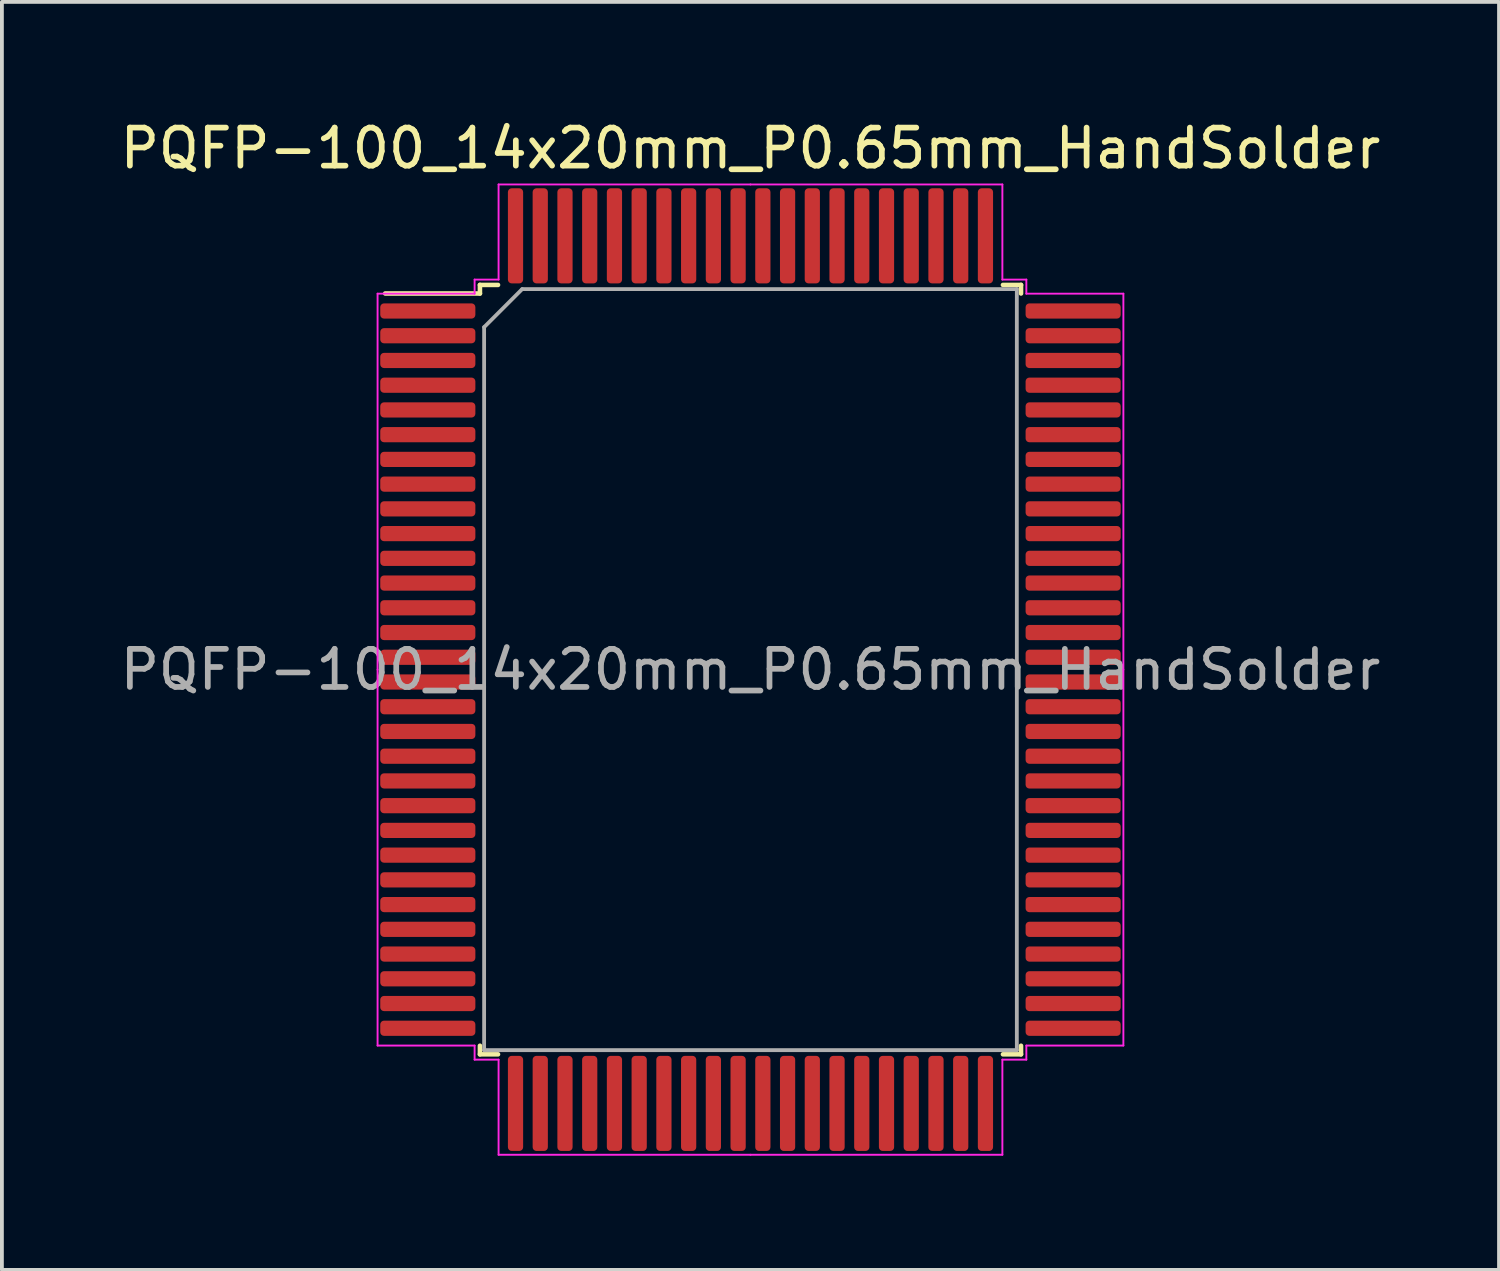
<source format=kicad_pcb>
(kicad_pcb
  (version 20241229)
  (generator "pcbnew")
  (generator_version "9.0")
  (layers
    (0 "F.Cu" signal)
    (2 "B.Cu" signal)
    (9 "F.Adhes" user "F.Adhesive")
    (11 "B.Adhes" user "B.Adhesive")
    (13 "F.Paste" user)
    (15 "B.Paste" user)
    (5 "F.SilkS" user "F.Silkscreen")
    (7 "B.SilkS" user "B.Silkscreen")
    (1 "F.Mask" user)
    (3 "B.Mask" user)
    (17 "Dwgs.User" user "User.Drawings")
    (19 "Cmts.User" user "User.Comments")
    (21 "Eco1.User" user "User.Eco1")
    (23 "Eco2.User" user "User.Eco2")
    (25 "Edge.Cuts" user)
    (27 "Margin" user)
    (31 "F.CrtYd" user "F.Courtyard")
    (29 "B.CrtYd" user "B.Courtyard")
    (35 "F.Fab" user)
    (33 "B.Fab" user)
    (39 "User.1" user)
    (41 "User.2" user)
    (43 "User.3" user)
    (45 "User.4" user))
  (footprint "PQFP-100_14x20mm_P0.65mm_HandSolder"
    (layer "F.Cu")
    (at 16.673 14.548)
    (property "Reference" "PQFP-100_14x20mm_P0.65mm_HandSolder" (at 0 -13.7 0) (layer "F.SilkS") (effects (font (size 1 1) (thickness 0.15))))
    (attr smd)
    (fp_line (start -7.11 -10.11) (end -7.11 -9.885) (stroke (width 0.12) (type solid)) (layer "F.SilkS"))
    (fp_line (start -7.11 -9.885) (end -9.6 -9.885) (stroke (width 0.12) (type solid)) (layer "F.SilkS"))
    (fp_line (start -7.11 10.11) (end -7.11 9.885) (stroke (width 0.12) (type solid)) (layer "F.SilkS"))
    (fp_line (start -6.635 -10.11) (end -7.11 -10.11) (stroke (width 0.12) (type solid)) (layer "F.SilkS"))
    (fp_line (start -6.635 10.11) (end -7.11 10.11) (stroke (width 0.12) (type solid)) (layer "F.SilkS"))
    (fp_line (start 6.635 -10.11) (end 7.11 -10.11) (stroke (width 0.12) (type solid)) (layer "F.SilkS"))
    (fp_line (start 6.635 10.11) (end 7.11 10.11) (stroke (width 0.12) (type solid)) (layer "F.SilkS"))
    (fp_line (start 7.11 -10.11) (end 7.11 -9.885) (stroke (width 0.12) (type solid)) (layer "F.SilkS"))
    (fp_line (start 7.11 10.11) (end 7.11 9.885) (stroke (width 0.12) (type solid)) (layer "F.SilkS"))
    (fp_line (start -9.8 -9.88) (end -9.8 0) (stroke (width 0.05) (type solid)) (layer "F.CrtYd"))
    (fp_line (start -9.8 9.88) (end -9.8 0) (stroke (width 0.05) (type solid)) (layer "F.CrtYd"))
    (fp_line (start -7.25 -10.25) (end -7.25 -9.88) (stroke (width 0.05) (type solid)) (layer "F.CrtYd"))
    (fp_line (start -7.25 -9.88) (end -9.8 -9.88) (stroke (width 0.05) (type solid)) (layer "F.CrtYd"))
    (fp_line (start -7.25 9.88) (end -9.8 9.88) (stroke (width 0.05) (type solid)) (layer "F.CrtYd"))
    (fp_line (start -7.25 10.25) (end -7.25 9.88) (stroke (width 0.05) (type solid)) (layer "F.CrtYd"))
    (fp_line (start -6.62 -12.75) (end -6.62 -10.25) (stroke (width 0.05) (type solid)) (layer "F.CrtYd"))
    (fp_line (start -6.62 -10.25) (end -7.25 -10.25) (stroke (width 0.05) (type solid)) (layer "F.CrtYd"))
    (fp_line (start -6.62 10.25) (end -7.25 10.25) (stroke (width 0.05) (type solid)) (layer "F.CrtYd"))
    (fp_line (start -6.62 12.75) (end -6.62 10.25) (stroke (width 0.05) (type solid)) (layer "F.CrtYd"))
    (fp_line (start 0 -12.75) (end -6.62 -12.75) (stroke (width 0.05) (type solid)) (layer "F.CrtYd"))
    (fp_line (start 0 -12.75) (end 6.62 -12.75) (stroke (width 0.05) (type solid)) (layer "F.CrtYd"))
    (fp_line (start 0 12.75) (end -6.62 12.75) (stroke (width 0.05) (type solid)) (layer "F.CrtYd"))
    (fp_line (start 0 12.75) (end 6.62 12.75) (stroke (width 0.05) (type solid)) (layer "F.CrtYd"))
    (fp_line (start 6.62 -12.75) (end 6.62 -10.25) (stroke (width 0.05) (type solid)) (layer "F.CrtYd"))
    (fp_line (start 6.62 -10.25) (end 7.25 -10.25) (stroke (width 0.05) (type solid)) (layer "F.CrtYd"))
    (fp_line (start 6.62 10.25) (end 7.25 10.25) (stroke (width 0.05) (type solid)) (layer "F.CrtYd"))
    (fp_line (start 6.62 12.75) (end 6.62 10.25) (stroke (width 0.05) (type solid)) (layer "F.CrtYd"))
    (fp_line (start 7.25 -10.25) (end 7.25 -9.88) (stroke (width 0.05) (type solid)) (layer "F.CrtYd"))
    (fp_line (start 7.25 -9.88) (end 9.8 -9.88) (stroke (width 0.05) (type solid)) (layer "F.CrtYd"))
    (fp_line (start 7.25 9.88) (end 9.8 9.88) (stroke (width 0.05) (type solid)) (layer "F.CrtYd"))
    (fp_line (start 7.25 10.25) (end 7.25 9.88) (stroke (width 0.05) (type solid)) (layer "F.CrtYd"))
    (fp_line (start 9.8 -9.88) (end 9.8 0) (stroke (width 0.05) (type solid)) (layer "F.CrtYd"))
    (fp_line (start 9.8 9.88) (end 9.8 0) (stroke (width 0.05) (type solid)) (layer "F.CrtYd"))
    (fp_line (start -7 -9) (end -6 -10) (stroke (width 0.1) (type solid)) (layer "F.Fab"))
    (fp_line (start -7 10) (end -7 -9) (stroke (width 0.1) (type solid)) (layer "F.Fab"))
    (fp_line (start -6 -10) (end 7 -10) (stroke (width 0.1) (type solid)) (layer "F.Fab"))
    (fp_line (start 7 -10) (end 7 10) (stroke (width 0.1) (type solid)) (layer "F.Fab"))
    (fp_line (start 7 10) (end -7 10) (stroke (width 0.1) (type solid)) (layer "F.Fab"))
    (fp_text user "${REFERENCE}" (at 0 0 0) (layer "F.Fab") (effects (font (size 1 1) (thickness 0.15))))
    (pad "1" smd roundrect (at -8.48 -9.425) (size 2.5 0.4) (layers "F.Cu" "F.Mask" "F.Paste") (roundrect_rratio 0.25))
    (pad "2" smd roundrect (at -8.48 -8.775) (size 2.5 0.4) (layers "F.Cu" "F.Mask" "F.Paste") (roundrect_rratio 0.25))
    (pad "3" smd roundrect (at -8.48 -8.125) (size 2.5 0.4) (layers "F.Cu" "F.Mask" "F.Paste") (roundrect_rratio 0.25))
    (pad "4" smd roundrect (at -8.48 -7.475) (size 2.5 0.4) (layers "F.Cu" "F.Mask" "F.Paste") (roundrect_rratio 0.25))
    (pad "5" smd roundrect (at -8.48 -6.825) (size 2.5 0.4) (layers "F.Cu" "F.Mask" "F.Paste") (roundrect_rratio 0.25))
    (pad "6" smd roundrect (at -8.48 -6.175) (size 2.5 0.4) (layers "F.Cu" "F.Mask" "F.Paste") (roundrect_rratio 0.25))
    (pad "7" smd roundrect (at -8.48 -5.525) (size 2.5 0.4) (layers "F.Cu" "F.Mask" "F.Paste") (roundrect_rratio 0.25))
    (pad "8" smd roundrect (at -8.48 -4.875) (size 2.5 0.4) (layers "F.Cu" "F.Mask" "F.Paste") (roundrect_rratio 0.25))
    (pad "9" smd roundrect (at -8.48 -4.225) (size 2.5 0.4) (layers "F.Cu" "F.Mask" "F.Paste") (roundrect_rratio 0.25))
    (pad "10" smd roundrect (at -8.48 -3.575) (size 2.5 0.4) (layers "F.Cu" "F.Mask" "F.Paste") (roundrect_rratio 0.25))
    (pad "11" smd roundrect (at -8.48 -2.925) (size 2.5 0.4) (layers "F.Cu" "F.Mask" "F.Paste") (roundrect_rratio 0.25))
    (pad "12" smd roundrect (at -8.48 -2.275) (size 2.5 0.4) (layers "F.Cu" "F.Mask" "F.Paste") (roundrect_rratio 0.25))
    (pad "13" smd roundrect (at -8.48 -1.625) (size 2.5 0.4) (layers "F.Cu" "F.Mask" "F.Paste") (roundrect_rratio 0.25))
    (pad "14" smd roundrect (at -8.48 -0.975) (size 2.5 0.4) (layers "F.Cu" "F.Mask" "F.Paste") (roundrect_rratio 0.25))
    (pad "15" smd roundrect (at -8.48 -0.325) (size 2.5 0.4) (layers "F.Cu" "F.Mask" "F.Paste") (roundrect_rratio 0.25))
    (pad "16" smd roundrect (at -8.48 0.325) (size 2.5 0.4) (layers "F.Cu" "F.Mask" "F.Paste") (roundrect_rratio 0.25))
    (pad "17" smd roundrect (at -8.48 0.975) (size 2.5 0.4) (layers "F.Cu" "F.Mask" "F.Paste") (roundrect_rratio 0.25))
    (pad "18" smd roundrect (at -8.48 1.625) (size 2.5 0.4) (layers "F.Cu" "F.Mask" "F.Paste") (roundrect_rratio 0.25))
    (pad "19" smd roundrect (at -8.48 2.275) (size 2.5 0.4) (layers "F.Cu" "F.Mask" "F.Paste") (roundrect_rratio 0.25))
    (pad "20" smd roundrect (at -8.48 2.925) (size 2.5 0.4) (layers "F.Cu" "F.Mask" "F.Paste") (roundrect_rratio 0.25))
    (pad "21" smd roundrect (at -8.48 3.575) (size 2.5 0.4) (layers "F.Cu" "F.Mask" "F.Paste") (roundrect_rratio 0.25))
    (pad "22" smd roundrect (at -8.48 4.225) (size 2.5 0.4) (layers "F.Cu" "F.Mask" "F.Paste") (roundrect_rratio 0.25))
    (pad "23" smd roundrect (at -8.48 4.875) (size 2.5 0.4) (layers "F.Cu" "F.Mask" "F.Paste") (roundrect_rratio 0.25))
    (pad "24" smd roundrect (at -8.48 5.525) (size 2.5 0.4) (layers "F.Cu" "F.Mask" "F.Paste") (roundrect_rratio 0.25))
    (pad "25" smd roundrect (at -8.48 6.175) (size 2.5 0.4) (layers "F.Cu" "F.Mask" "F.Paste") (roundrect_rratio 0.25))
    (pad "26" smd roundrect (at -8.48 6.825) (size 2.5 0.4) (layers "F.Cu" "F.Mask" "F.Paste") (roundrect_rratio 0.25))
    (pad "27" smd roundrect (at -8.48 7.475) (size 2.5 0.4) (layers "F.Cu" "F.Mask" "F.Paste") (roundrect_rratio 0.25))
    (pad "28" smd roundrect (at -8.48 8.125) (size 2.5 0.4) (layers "F.Cu" "F.Mask" "F.Paste") (roundrect_rratio 0.25))
    (pad "29" smd roundrect (at -8.48 8.775) (size 2.5 0.4) (layers "F.Cu" "F.Mask" "F.Paste") (roundrect_rratio 0.25))
    (pad "30" smd roundrect (at -8.48 9.425) (size 2.5 0.4) (layers "F.Cu" "F.Mask" "F.Paste") (roundrect_rratio 0.25))
    (pad "31" smd roundrect (at -6.175 11.4) (size 0.4 2.5) (layers "F.Cu" "F.Mask" "F.Paste") (roundrect_rratio 0.25))
    (pad "32" smd roundrect (at -5.525 11.4) (size 0.4 2.5) (layers "F.Cu" "F.Mask" "F.Paste") (roundrect_rratio 0.25))
    (pad "33" smd roundrect (at -4.875 11.4) (size 0.4 2.5) (layers "F.Cu" "F.Mask" "F.Paste") (roundrect_rratio 0.25))
    (pad "34" smd roundrect (at -4.225 11.4) (size 0.4 2.5) (layers "F.Cu" "F.Mask" "F.Paste") (roundrect_rratio 0.25))
    (pad "35" smd roundrect (at -3.575 11.4) (size 0.4 2.5) (layers "F.Cu" "F.Mask" "F.Paste") (roundrect_rratio 0.25))
    (pad "36" smd roundrect (at -2.925 11.4) (size 0.4 2.5) (layers "F.Cu" "F.Mask" "F.Paste") (roundrect_rratio 0.25))
    (pad "37" smd roundrect (at -2.275 11.4) (size 0.4 2.5) (layers "F.Cu" "F.Mask" "F.Paste") (roundrect_rratio 0.25))
    (pad "38" smd roundrect (at -1.625 11.4) (size 0.4 2.5) (layers "F.Cu" "F.Mask" "F.Paste") (roundrect_rratio 0.25))
    (pad "39" smd roundrect (at -0.975 11.4) (size 0.4 2.5) (layers "F.Cu" "F.Mask" "F.Paste") (roundrect_rratio 0.25))
    (pad "40" smd roundrect (at -0.325 11.4) (size 0.4 2.5) (layers "F.Cu" "F.Mask" "F.Paste") (roundrect_rratio 0.25))
    (pad "41" smd roundrect (at 0.325 11.4) (size 0.4 2.5) (layers "F.Cu" "F.Mask" "F.Paste") (roundrect_rratio 0.25))
    (pad "42" smd roundrect (at 0.975 11.4) (size 0.4 2.5) (layers "F.Cu" "F.Mask" "F.Paste") (roundrect_rratio 0.25))
    (pad "43" smd roundrect (at 1.625 11.4) (size 0.4 2.5) (layers "F.Cu" "F.Mask" "F.Paste") (roundrect_rratio 0.25))
    (pad "44" smd roundrect (at 2.275 11.4) (size 0.4 2.5) (layers "F.Cu" "F.Mask" "F.Paste") (roundrect_rratio 0.25))
    (pad "45" smd roundrect (at 2.925 11.4) (size 0.4 2.5) (layers "F.Cu" "F.Mask" "F.Paste") (roundrect_rratio 0.25))
    (pad "46" smd roundrect (at 3.575 11.4) (size 0.4 2.5) (layers "F.Cu" "F.Mask" "F.Paste") (roundrect_rratio 0.25))
    (pad "47" smd roundrect (at 4.225 11.4) (size 0.4 2.5) (layers "F.Cu" "F.Mask" "F.Paste") (roundrect_rratio 0.25))
    (pad "48" smd roundrect (at 4.875 11.4) (size 0.4 2.5) (layers "F.Cu" "F.Mask" "F.Paste") (roundrect_rratio 0.25))
    (pad "49" smd roundrect (at 5.525 11.4) (size 0.4 2.5) (layers "F.Cu" "F.Mask" "F.Paste") (roundrect_rratio 0.25))
    (pad "50" smd roundrect (at 6.175 11.4) (size 0.4 2.5) (layers "F.Cu" "F.Mask" "F.Paste") (roundrect_rratio 0.25))
    (pad "51" smd roundrect (at 8.48 9.425) (size 2.5 0.4) (layers "F.Cu" "F.Mask" "F.Paste") (roundrect_rratio 0.25))
    (pad "52" smd roundrect (at 8.48 8.775) (size 2.5 0.4) (layers "F.Cu" "F.Mask" "F.Paste") (roundrect_rratio 0.25))
    (pad "53" smd roundrect (at 8.48 8.125) (size 2.5 0.4) (layers "F.Cu" "F.Mask" "F.Paste") (roundrect_rratio 0.25))
    (pad "54" smd roundrect (at 8.48 7.475) (size 2.5 0.4) (layers "F.Cu" "F.Mask" "F.Paste") (roundrect_rratio 0.25))
    (pad "55" smd roundrect (at 8.48 6.825) (size 2.5 0.4) (layers "F.Cu" "F.Mask" "F.Paste") (roundrect_rratio 0.25))
    (pad "56" smd roundrect (at 8.48 6.175) (size 2.5 0.4) (layers "F.Cu" "F.Mask" "F.Paste") (roundrect_rratio 0.25))
    (pad "57" smd roundrect (at 8.48 5.525) (size 2.5 0.4) (layers "F.Cu" "F.Mask" "F.Paste") (roundrect_rratio 0.25))
    (pad "58" smd roundrect (at 8.48 4.875) (size 2.5 0.4) (layers "F.Cu" "F.Mask" "F.Paste") (roundrect_rratio 0.25))
    (pad "59" smd roundrect (at 8.48 4.225) (size 2.5 0.4) (layers "F.Cu" "F.Mask" "F.Paste") (roundrect_rratio 0.25))
    (pad "60" smd roundrect (at 8.48 3.575) (size 2.5 0.4) (layers "F.Cu" "F.Mask" "F.Paste") (roundrect_rratio 0.25))
    (pad "61" smd roundrect (at 8.48 2.925) (size 2.5 0.4) (layers "F.Cu" "F.Mask" "F.Paste") (roundrect_rratio 0.25))
    (pad "62" smd roundrect (at 8.48 2.275) (size 2.5 0.4) (layers "F.Cu" "F.Mask" "F.Paste") (roundrect_rratio 0.25))
    (pad "63" smd roundrect (at 8.48 1.625) (size 2.5 0.4) (layers "F.Cu" "F.Mask" "F.Paste") (roundrect_rratio 0.25))
    (pad "64" smd roundrect (at 8.48 0.975) (size 2.5 0.4) (layers "F.Cu" "F.Mask" "F.Paste") (roundrect_rratio 0.25))
    (pad "65" smd roundrect (at 8.48 0.325) (size 2.5 0.4) (layers "F.Cu" "F.Mask" "F.Paste") (roundrect_rratio 0.25))
    (pad "66" smd roundrect (at 8.48 -0.325) (size 2.5 0.4) (layers "F.Cu" "F.Mask" "F.Paste") (roundrect_rratio 0.25))
    (pad "67" smd roundrect (at 8.48 -0.975) (size 2.5 0.4) (layers "F.Cu" "F.Mask" "F.Paste") (roundrect_rratio 0.25))
    (pad "68" smd roundrect (at 8.48 -1.625) (size 2.5 0.4) (layers "F.Cu" "F.Mask" "F.Paste") (roundrect_rratio 0.25))
    (pad "69" smd roundrect (at 8.48 -2.275) (size 2.5 0.4) (layers "F.Cu" "F.Mask" "F.Paste") (roundrect_rratio 0.25))
    (pad "70" smd roundrect (at 8.48 -2.925) (size 2.5 0.4) (layers "F.Cu" "F.Mask" "F.Paste") (roundrect_rratio 0.25))
    (pad "71" smd roundrect (at 8.48 -3.575) (size 2.5 0.4) (layers "F.Cu" "F.Mask" "F.Paste") (roundrect_rratio 0.25))
    (pad "72" smd roundrect (at 8.48 -4.225) (size 2.5 0.4) (layers "F.Cu" "F.Mask" "F.Paste") (roundrect_rratio 0.25))
    (pad "73" smd roundrect (at 8.48 -4.875) (size 2.5 0.4) (layers "F.Cu" "F.Mask" "F.Paste") (roundrect_rratio 0.25))
    (pad "74" smd roundrect (at 8.48 -5.525) (size 2.5 0.4) (layers "F.Cu" "F.Mask" "F.Paste") (roundrect_rratio 0.25))
    (pad "75" smd roundrect (at 8.48 -6.175) (size 2.5 0.4) (layers "F.Cu" "F.Mask" "F.Paste") (roundrect_rratio 0.25))
    (pad "76" smd roundrect (at 8.48 -6.825) (size 2.5 0.4) (layers "F.Cu" "F.Mask" "F.Paste") (roundrect_rratio 0.25))
    (pad "77" smd roundrect (at 8.48 -7.475) (size 2.5 0.4) (layers "F.Cu" "F.Mask" "F.Paste") (roundrect_rratio 0.25))
    (pad "78" smd roundrect (at 8.48 -8.125) (size 2.5 0.4) (layers "F.Cu" "F.Mask" "F.Paste") (roundrect_rratio 0.25))
    (pad "79" smd roundrect (at 8.48 -8.775) (size 2.5 0.4) (layers "F.Cu" "F.Mask" "F.Paste") (roundrect_rratio 0.25))
    (pad "80" smd roundrect (at 8.48 -9.425) (size 2.5 0.4) (layers "F.Cu" "F.Mask" "F.Paste") (roundrect_rratio 0.25))
    (pad "81" smd roundrect (at 6.175 -11.4) (size 0.4 2.5) (layers "F.Cu" "F.Mask" "F.Paste") (roundrect_rratio 0.25))
    (pad "82" smd roundrect (at 5.525 -11.4) (size 0.4 2.5) (layers "F.Cu" "F.Mask" "F.Paste") (roundrect_rratio 0.25))
    (pad "83" smd roundrect (at 4.875 -11.4) (size 0.4 2.5) (layers "F.Cu" "F.Mask" "F.Paste") (roundrect_rratio 0.25))
    (pad "84" smd roundrect (at 4.225 -11.4) (size 0.4 2.5) (layers "F.Cu" "F.Mask" "F.Paste") (roundrect_rratio 0.25))
    (pad "85" smd roundrect (at 3.575 -11.4) (size 0.4 2.5) (layers "F.Cu" "F.Mask" "F.Paste") (roundrect_rratio 0.25))
    (pad "86" smd roundrect (at 2.925 -11.4) (size 0.4 2.5) (layers "F.Cu" "F.Mask" "F.Paste") (roundrect_rratio 0.25))
    (pad "87" smd roundrect (at 2.275 -11.4) (size 0.4 2.5) (layers "F.Cu" "F.Mask" "F.Paste") (roundrect_rratio 0.25))
    (pad "88" smd roundrect (at 1.625 -11.4) (size 0.4 2.5) (layers "F.Cu" "F.Mask" "F.Paste") (roundrect_rratio 0.25))
    (pad "89" smd roundrect (at 0.975 -11.4) (size 0.4 2.5) (layers "F.Cu" "F.Mask" "F.Paste") (roundrect_rratio 0.25))
    (pad "90" smd roundrect (at 0.325 -11.4) (size 0.4 2.5) (layers "F.Cu" "F.Mask" "F.Paste") (roundrect_rratio 0.25))
    (pad "91" smd roundrect (at -0.325 -11.4) (size 0.4 2.5) (layers "F.Cu" "F.Mask" "F.Paste") (roundrect_rratio 0.25))
    (pad "92" smd roundrect (at -0.975 -11.4) (size 0.4 2.5) (layers "F.Cu" "F.Mask" "F.Paste") (roundrect_rratio 0.25))
    (pad "93" smd roundrect (at -1.625 -11.4) (size 0.4 2.5) (layers "F.Cu" "F.Mask" "F.Paste") (roundrect_rratio 0.25))
    (pad "94" smd roundrect (at -2.275 -11.4) (size 0.4 2.5) (layers "F.Cu" "F.Mask" "F.Paste") (roundrect_rratio 0.25))
    (pad "95" smd roundrect (at -2.925 -11.4) (size 0.4 2.5) (layers "F.Cu" "F.Mask" "F.Paste") (roundrect_rratio 0.25))
    (pad "96" smd roundrect (at -3.575 -11.4) (size 0.4 2.5) (layers "F.Cu" "F.Mask" "F.Paste") (roundrect_rratio 0.25))
    (pad "97" smd roundrect (at -4.225 -11.4) (size 0.4 2.5) (layers "F.Cu" "F.Mask" "F.Paste") (roundrect_rratio 0.25))
    (pad "98" smd roundrect (at -4.875 -11.4) (size 0.4 2.5) (layers "F.Cu" "F.Mask" "F.Paste") (roundrect_rratio 0.25))
    (pad "99" smd roundrect (at -5.525 -11.4) (size 0.4 2.5) (layers "F.Cu" "F.Mask" "F.Paste") (roundrect_rratio 0.25))
    (pad "100" smd roundrect (at -6.175 -11.4) (size 0.4 2.5) (layers "F.Cu" "F.Mask" "F.Paste") (roundrect_rratio 0.25)))
  (gr_rect
    (start -3 -3)
    (end 36.345 30.323)
    (stroke (width 0.1) (type default))
    (fill no)
    (layer "Edge.Cuts")))
</source>
